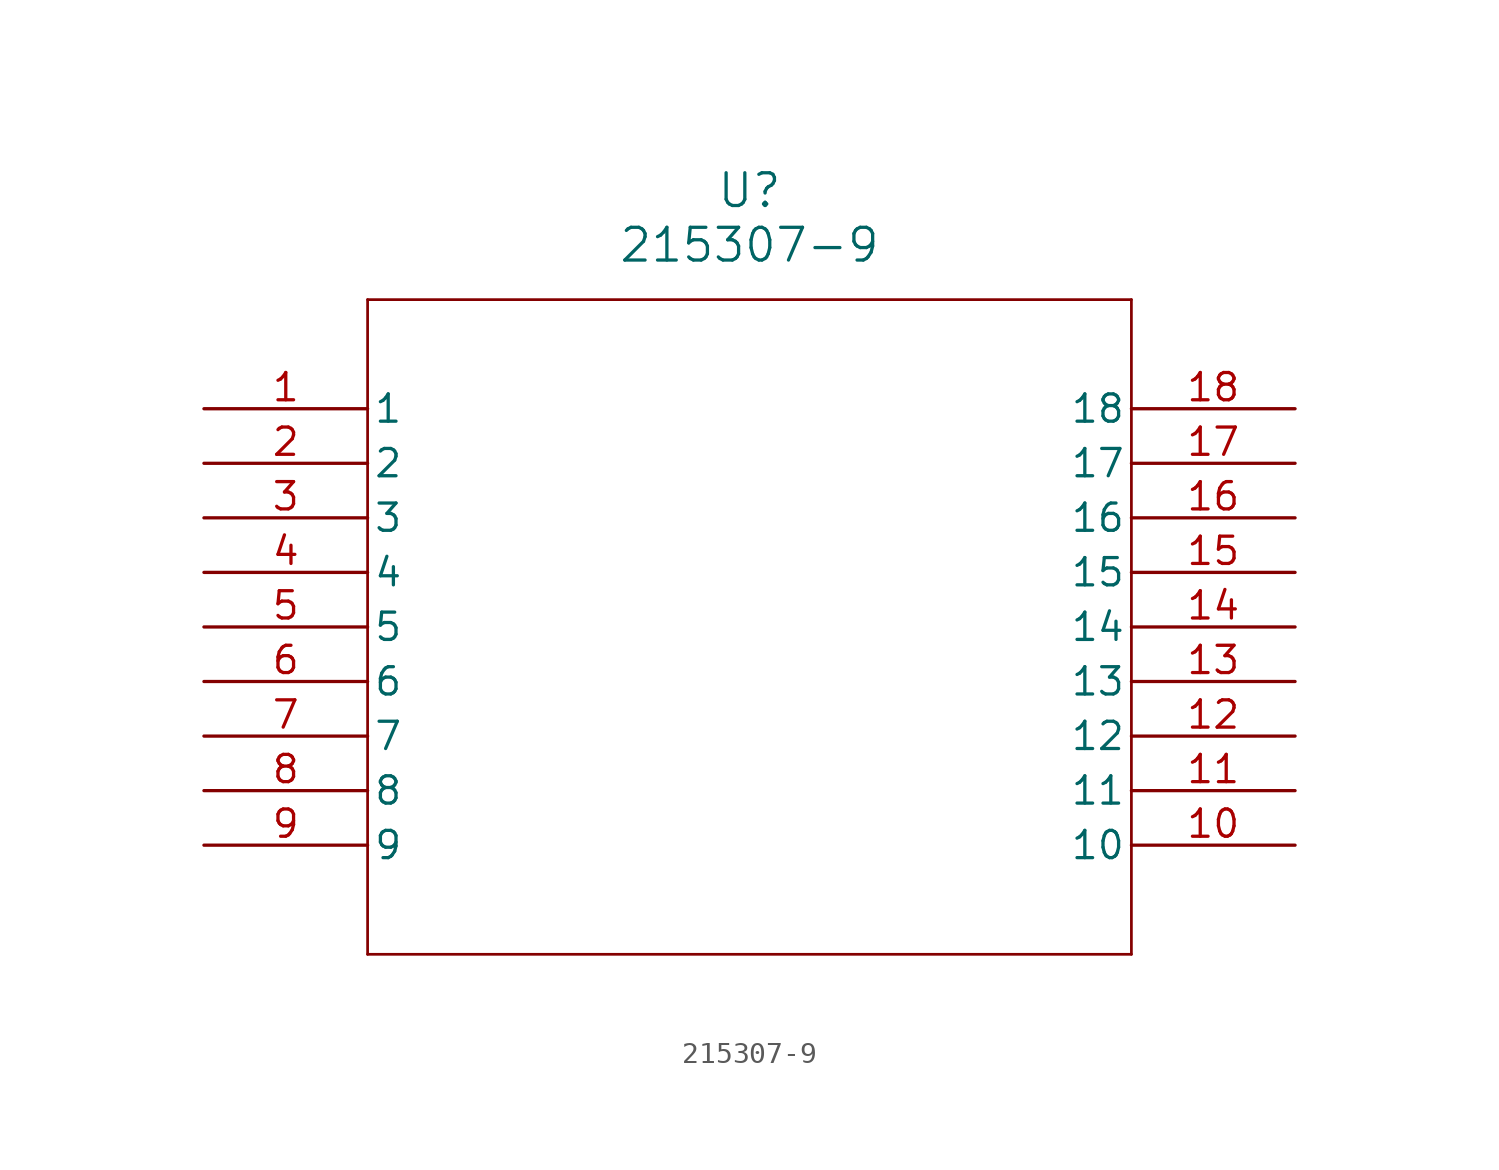
<source format=kicad_sym>
(kicad_symbol_lib
  (version 20211014)
  (generator kicad_symbol_editor)
  (symbol "215307-9"
    (pin_names
      (offset 0.254))
    (property "Reference" "U"
      (at 25.4 10.16 0)
      (effects (font (size 1.524 1.524))))
    (property "Value" "215307-9"
      (at 25.4 7.62 0)
      (effects (font (size 1.524 1.524))))
    (symbol "215307-9_0_1"
      (polyline (pts (xy 7.62 5.08) (xy 7.62 -25.4)) (stroke (width 0.127) (type default) (color 0 0 0 0)) (fill (type none)))
      (polyline (pts (xy 7.62 -25.4) (xy 43.18 -25.4)) (stroke (width 0.127) (type default) (color 0 0 0 0)) (fill (type none)))
      (polyline (pts (xy 43.18 -25.4) (xy 43.18 5.08)) (stroke (width 0.127) (type default) (color 0 0 0 0)) (fill (type none)))
      (polyline (pts (xy 43.18 5.08) (xy 7.62 5.08)) (stroke (width 0.127) (type default) (color 0 0 0 0)) (fill (type none)))
      (pin unspecified line (at 0 0 0) (length 7.62) (name "1" (effects (font (size 1.27 1.27)))) (number "1" (effects (font (size 1.27 1.27)))))
      (pin unspecified line (at 0 -2.54 0) (length 7.62) (name "2" (effects (font (size 1.27 1.27)))) (number "2" (effects (font (size 1.27 1.27)))))
      (pin unspecified line (at 0 -5.08 0) (length 7.62) (name "3" (effects (font (size 1.27 1.27)))) (number "3" (effects (font (size 1.27 1.27)))))
      (pin unspecified line (at 0 -7.62 0) (length 7.62) (name "4" (effects (font (size 1.27 1.27)))) (number "4" (effects (font (size 1.27 1.27)))))
      (pin unspecified line (at 0 -10.16 0) (length 7.62) (name "5" (effects (font (size 1.27 1.27)))) (number "5" (effects (font (size 1.27 1.27)))))
      (pin unspecified line (at 0 -12.7 0) (length 7.62) (name "6" (effects (font (size 1.27 1.27)))) (number "6" (effects (font (size 1.27 1.27)))))
      (pin unspecified line (at 0 -15.24 0) (length 7.62) (name "7" (effects (font (size 1.27 1.27)))) (number "7" (effects (font (size 1.27 1.27)))))
      (pin unspecified line (at 0 -17.78 0) (length 7.62) (name "8" (effects (font (size 1.27 1.27)))) (number "8" (effects (font (size 1.27 1.27)))))
      (pin unspecified line (at 0 -20.32 0) (length 7.62) (name "9" (effects (font (size 1.27 1.27)))) (number "9" (effects (font (size 1.27 1.27)))))
      (pin unspecified line (at 50.8 -20.32 180) (length 7.62) (name "10" (effects (font (size 1.27 1.27)))) (number "10" (effects (font (size 1.27 1.27)))))
      (pin unspecified line (at 50.8 -17.78 180) (length 7.62) (name "11" (effects (font (size 1.27 1.27)))) (number "11" (effects (font (size 1.27 1.27)))))
      (pin unspecified line (at 50.8 -15.24 180) (length 7.62) (name "12" (effects (font (size 1.27 1.27)))) (number "12" (effects (font (size 1.27 1.27)))))
      (pin unspecified line (at 50.8 -12.7 180) (length 7.62) (name "13" (effects (font (size 1.27 1.27)))) (number "13" (effects (font (size 1.27 1.27)))))
      (pin unspecified line (at 50.8 -10.16 180) (length 7.62) (name "14" (effects (font (size 1.27 1.27)))) (number "14" (effects (font (size 1.27 1.27)))))
      (pin unspecified line (at 50.8 -7.62 180) (length 7.62) (name "15" (effects (font (size 1.27 1.27)))) (number "15" (effects (font (size 1.27 1.27)))))
      (pin unspecified line (at 50.8 -5.08 180) (length 7.62) (name "16" (effects (font (size 1.27 1.27)))) (number "16" (effects (font (size 1.27 1.27)))))
      (pin unspecified line (at 50.8 -2.54 180) (length 7.62) (name "17" (effects (font (size 1.27 1.27)))) (number "17" (effects (font (size 1.27 1.27)))))
      (pin unspecified line (at 50.8 0 180) (length 7.62) (name "18" (effects (font (size 1.27 1.27)))) (number "18" (effects (font (size 1.27 1.27))))))))
</source>
